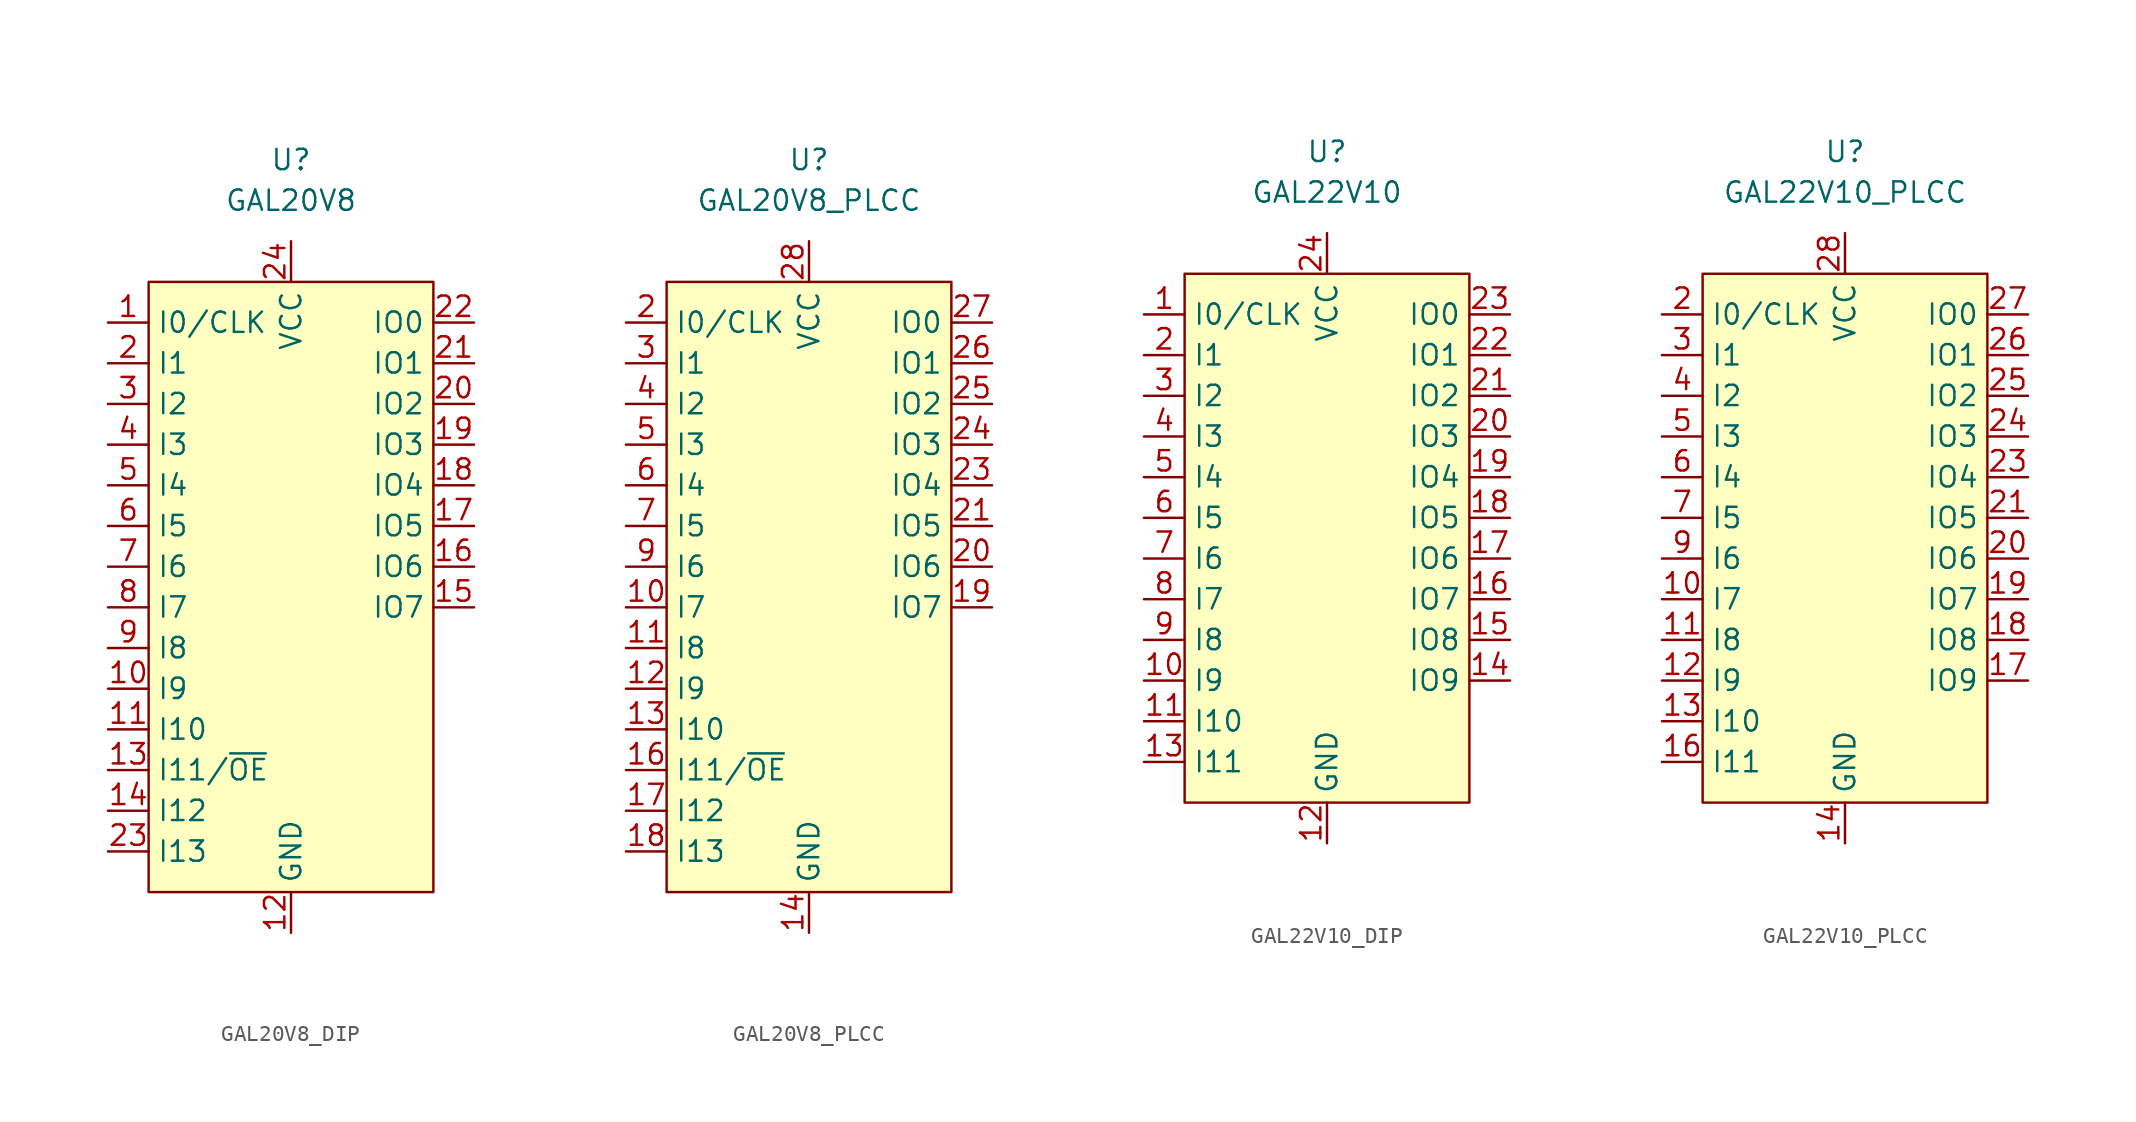
<source format=kicad_sym>
(kicad_symbol_lib
  (version 20220914)
  (generator kicad_symbol_editor)
  (symbol "GAL20V8_DIP"
    (property "Reference" "U"
      (at 0 26.67 0)
      (effects (font (size 1.27 1.27))))
    (property "Value" "GAL20V8"
      (at 0 24.13 0)
      (effects (font (size 1.27 1.27))))
    (symbol "GAL20V8_DIP_1_1"
      (rectangle (start -8.89 19.05) (end 8.89 -19.05) (stroke (width 0) (type default)) (fill (type background)))
      (pin input line (at -11.43 16.51 0) (length 2.54) (name "I0/CLK" (effects (font (size 1.27 1.27)))) (number "1" (effects (font (size 1.27 1.27)))))
      (pin input line (at -11.43 -6.35 0) (length 2.54) (name "I9" (effects (font (size 1.27 1.27)))) (number "10" (effects (font (size 1.27 1.27)))))
      (pin input line (at -11.43 -8.89 0) (length 2.54) (name "I10" (effects (font (size 1.27 1.27)))) (number "11" (effects (font (size 1.27 1.27)))))
      (pin power_in line (at 0 -21.59 90) (length 2.54) (name "GND" (effects (font (size 1.27 1.27)))) (number "12" (effects (font (size 1.27 1.27)))))
      (pin input line (at -11.43 -11.43 0) (length 2.54) (name "I11/~{OE}" (effects (font (size 1.27 1.27)))) (number "13" (effects (font (size 1.27 1.27)))))
      (pin input line (at -11.43 -13.97 0) (length 2.54) (name "I12" (effects (font (size 1.27 1.27)))) (number "14" (effects (font (size 1.27 1.27)))))
      (pin bidirectional line (at 11.43 -1.27 180) (length 2.54) (name "IO7" (effects (font (size 1.27 1.27)))) (number "15" (effects (font (size 1.27 1.27)))))
      (pin bidirectional line (at 11.43 1.27 180) (length 2.54) (name "IO6" (effects (font (size 1.27 1.27)))) (number "16" (effects (font (size 1.27 1.27)))))
      (pin bidirectional line (at 11.43 3.81 180) (length 2.54) (name "IO5" (effects (font (size 1.27 1.27)))) (number "17" (effects (font (size 1.27 1.27)))))
      (pin bidirectional line (at 11.43 6.35 180) (length 2.54) (name "IO4" (effects (font (size 1.27 1.27)))) (number "18" (effects (font (size 1.27 1.27)))))
      (pin bidirectional line (at 11.43 8.89 180) (length 2.54) (name "IO3" (effects (font (size 1.27 1.27)))) (number "19" (effects (font (size 1.27 1.27)))))
      (pin input line (at -11.43 13.97 0) (length 2.54) (name "I1" (effects (font (size 1.27 1.27)))) (number "2" (effects (font (size 1.27 1.27)))))
      (pin bidirectional line (at 11.43 11.43 180) (length 2.54) (name "IO2" (effects (font (size 1.27 1.27)))) (number "20" (effects (font (size 1.27 1.27)))))
      (pin bidirectional line (at 11.43 13.97 180) (length 2.54) (name "IO1" (effects (font (size 1.27 1.27)))) (number "21" (effects (font (size 1.27 1.27)))))
      (pin bidirectional line (at 11.43 16.51 180) (length 2.54) (name "IO0" (effects (font (size 1.27 1.27)))) (number "22" (effects (font (size 1.27 1.27)))))
      (pin input line (at -11.43 -16.51 0) (length 2.54) (name "I13" (effects (font (size 1.27 1.27)))) (number "23" (effects (font (size 1.27 1.27)))))
      (pin power_in line (at 0 21.59 270) (length 2.54) (name "VCC" (effects (font (size 1.27 1.27)))) (number "24" (effects (font (size 1.27 1.27)))))
      (pin input line (at -11.43 11.43 0) (length 2.54) (name "I2" (effects (font (size 1.27 1.27)))) (number "3" (effects (font (size 1.27 1.27)))))
      (pin input line (at -11.43 8.89 0) (length 2.54) (name "I3" (effects (font (size 1.27 1.27)))) (number "4" (effects (font (size 1.27 1.27)))))
      (pin input line (at -11.43 6.35 0) (length 2.54) (name "I4" (effects (font (size 1.27 1.27)))) (number "5" (effects (font (size 1.27 1.27)))))
      (pin input line (at -11.43 3.81 0) (length 2.54) (name "I5" (effects (font (size 1.27 1.27)))) (number "6" (effects (font (size 1.27 1.27)))))
      (pin input line (at -11.43 1.27 0) (length 2.54) (name "I6" (effects (font (size 1.27 1.27)))) (number "7" (effects (font (size 1.27 1.27)))))
      (pin input line (at -11.43 -1.27 0) (length 2.54) (name "I7" (effects (font (size 1.27 1.27)))) (number "8" (effects (font (size 1.27 1.27)))))
      (pin input line (at -11.43 -3.81 0) (length 2.54) (name "I8" (effects (font (size 1.27 1.27)))) (number "9" (effects (font (size 1.27 1.27)))))))
  (symbol "GAL20V8_PLCC"
    (property "Reference" "U"
      (at 0 26.67 0)
      (effects (font (size 1.27 1.27))))
    (property "Value" "GAL20V8_PLCC"
      (at 0 24.13 0)
      (effects (font (size 1.27 1.27))))
    (symbol "GAL20V8_PLCC_1_1"
      (rectangle (start -8.89 19.05) (end 8.89 -19.05) (stroke (width 0) (type default)) (fill (type background)))
      (pin input line (at -11.43 -1.27 0) (length 2.54) (name "I7" (effects (font (size 1.27 1.27)))) (number "10" (effects (font (size 1.27 1.27)))))
      (pin input line (at -11.43 -3.81 0) (length 2.54) (name "I8" (effects (font (size 1.27 1.27)))) (number "11" (effects (font (size 1.27 1.27)))))
      (pin input line (at -11.43 -6.35 0) (length 2.54) (name "I9" (effects (font (size 1.27 1.27)))) (number "12" (effects (font (size 1.27 1.27)))))
      (pin input line (at -11.43 -8.89 0) (length 2.54) (name "I10" (effects (font (size 1.27 1.27)))) (number "13" (effects (font (size 1.27 1.27)))))
      (pin power_in line (at 0 -21.59 90) (length 2.54) (name "GND" (effects (font (size 1.27 1.27)))) (number "14" (effects (font (size 1.27 1.27)))))
      (pin input line (at -11.43 -11.43 0) (length 2.54) (name "I11/~{OE}" (effects (font (size 1.27 1.27)))) (number "16" (effects (font (size 1.27 1.27)))))
      (pin input line (at -11.43 -13.97 0) (length 2.54) (name "I12" (effects (font (size 1.27 1.27)))) (number "17" (effects (font (size 1.27 1.27)))))
      (pin input line (at -11.43 -16.51 0) (length 2.54) (name "I13" (effects (font (size 1.27 1.27)))) (number "18" (effects (font (size 1.27 1.27)))))
      (pin bidirectional line (at 11.43 -1.27 180) (length 2.54) (name "IO7" (effects (font (size 1.27 1.27)))) (number "19" (effects (font (size 1.27 1.27)))))
      (pin input line (at -11.43 16.51 0) (length 2.54) (name "I0/CLK" (effects (font (size 1.27 1.27)))) (number "2" (effects (font (size 1.27 1.27)))))
      (pin bidirectional line (at 11.43 1.27 180) (length 2.54) (name "IO6" (effects (font (size 1.27 1.27)))) (number "20" (effects (font (size 1.27 1.27)))))
      (pin bidirectional line (at 11.43 3.81 180) (length 2.54) (name "IO5" (effects (font (size 1.27 1.27)))) (number "21" (effects (font (size 1.27 1.27)))))
      (pin bidirectional line (at 11.43 6.35 180) (length 2.54) (name "IO4" (effects (font (size 1.27 1.27)))) (number "23" (effects (font (size 1.27 1.27)))))
      (pin bidirectional line (at 11.43 8.89 180) (length 2.54) (name "IO3" (effects (font (size 1.27 1.27)))) (number "24" (effects (font (size 1.27 1.27)))))
      (pin bidirectional line (at 11.43 11.43 180) (length 2.54) (name "IO2" (effects (font (size 1.27 1.27)))) (number "25" (effects (font (size 1.27 1.27)))))
      (pin bidirectional line (at 11.43 13.97 180) (length 2.54) (name "IO1" (effects (font (size 1.27 1.27)))) (number "26" (effects (font (size 1.27 1.27)))))
      (pin bidirectional line (at 11.43 16.51 180) (length 2.54) (name "IO0" (effects (font (size 1.27 1.27)))) (number "27" (effects (font (size 1.27 1.27)))))
      (pin power_in line (at 0 21.59 270) (length 2.54) (name "VCC" (effects (font (size 1.27 1.27)))) (number "28" (effects (font (size 1.27 1.27)))))
      (pin input line (at -11.43 13.97 0) (length 2.54) (name "I1" (effects (font (size 1.27 1.27)))) (number "3" (effects (font (size 1.27 1.27)))))
      (pin input line (at -11.43 11.43 0) (length 2.54) (name "I2" (effects (font (size 1.27 1.27)))) (number "4" (effects (font (size 1.27 1.27)))))
      (pin input line (at -11.43 8.89 0) (length 2.54) (name "I3" (effects (font (size 1.27 1.27)))) (number "5" (effects (font (size 1.27 1.27)))))
      (pin input line (at -11.43 6.35 0) (length 2.54) (name "I4" (effects (font (size 1.27 1.27)))) (number "6" (effects (font (size 1.27 1.27)))))
      (pin input line (at -11.43 3.81 0) (length 2.54) (name "I5" (effects (font (size 1.27 1.27)))) (number "7" (effects (font (size 1.27 1.27)))))
      (pin input line (at -11.43 1.27 0) (length 2.54) (name "I6" (effects (font (size 1.27 1.27)))) (number "9" (effects (font (size 1.27 1.27)))))))
  (symbol "GAL22V10_DIP"
    (property "Reference" "U"
      (at 0 24.13 0)
      (effects (font (size 1.27 1.27))))
    (property "Value" "GAL22V10"
      (at 0 21.59 0)
      (effects (font (size 1.27 1.27))))
    (symbol "GAL22V10_DIP_1_1"
      (rectangle (start -8.89 16.51) (end 8.89 -16.51) (stroke (width 0) (type default)) (fill (type background)))
      (pin input line (at -11.43 13.97 0) (length 2.54) (name "I0/CLK" (effects (font (size 1.27 1.27)))) (number "1" (effects (font (size 1.27 1.27)))))
      (pin input line (at -11.43 -8.89 0) (length 2.54) (name "I9" (effects (font (size 1.27 1.27)))) (number "10" (effects (font (size 1.27 1.27)))))
      (pin input line (at -11.43 -11.43 0) (length 2.54) (name "I10" (effects (font (size 1.27 1.27)))) (number "11" (effects (font (size 1.27 1.27)))))
      (pin power_in line (at 0 -19.05 90) (length 2.54) (name "GND" (effects (font (size 1.27 1.27)))) (number "12" (effects (font (size 1.27 1.27)))))
      (pin input line (at -11.43 -13.97 0) (length 2.54) (name "I11" (effects (font (size 1.27 1.27)))) (number "13" (effects (font (size 1.27 1.27)))))
      (pin bidirectional line (at 11.43 -8.89 180) (length 2.54) (name "IO9" (effects (font (size 1.27 1.27)))) (number "14" (effects (font (size 1.27 1.27)))))
      (pin bidirectional line (at 11.43 -6.35 180) (length 2.54) (name "IO8" (effects (font (size 1.27 1.27)))) (number "15" (effects (font (size 1.27 1.27)))))
      (pin bidirectional line (at 11.43 -3.81 180) (length 2.54) (name "IO7" (effects (font (size 1.27 1.27)))) (number "16" (effects (font (size 1.27 1.27)))))
      (pin bidirectional line (at 11.43 -1.27 180) (length 2.54) (name "IO6" (effects (font (size 1.27 1.27)))) (number "17" (effects (font (size 1.27 1.27)))))
      (pin bidirectional line (at 11.43 1.27 180) (length 2.54) (name "IO5" (effects (font (size 1.27 1.27)))) (number "18" (effects (font (size 1.27 1.27)))))
      (pin bidirectional line (at 11.43 3.81 180) (length 2.54) (name "IO4" (effects (font (size 1.27 1.27)))) (number "19" (effects (font (size 1.27 1.27)))))
      (pin input line (at -11.43 11.43 0) (length 2.54) (name "I1" (effects (font (size 1.27 1.27)))) (number "2" (effects (font (size 1.27 1.27)))))
      (pin bidirectional line (at 11.43 6.35 180) (length 2.54) (name "IO3" (effects (font (size 1.27 1.27)))) (number "20" (effects (font (size 1.27 1.27)))))
      (pin bidirectional line (at 11.43 8.89 180) (length 2.54) (name "IO2" (effects (font (size 1.27 1.27)))) (number "21" (effects (font (size 1.27 1.27)))))
      (pin bidirectional line (at 11.43 11.43 180) (length 2.54) (name "IO1" (effects (font (size 1.27 1.27)))) (number "22" (effects (font (size 1.27 1.27)))))
      (pin bidirectional line (at 11.43 13.97 180) (length 2.54) (name "IO0" (effects (font (size 1.27 1.27)))) (number "23" (effects (font (size 1.27 1.27)))))
      (pin power_in line (at 0 19.05 270) (length 2.54) (name "VCC" (effects (font (size 1.27 1.27)))) (number "24" (effects (font (size 1.27 1.27)))))
      (pin input line (at -11.43 8.89 0) (length 2.54) (name "I2" (effects (font (size 1.27 1.27)))) (number "3" (effects (font (size 1.27 1.27)))))
      (pin input line (at -11.43 6.35 0) (length 2.54) (name "I3" (effects (font (size 1.27 1.27)))) (number "4" (effects (font (size 1.27 1.27)))))
      (pin input line (at -11.43 3.81 0) (length 2.54) (name "I4" (effects (font (size 1.27 1.27)))) (number "5" (effects (font (size 1.27 1.27)))))
      (pin input line (at -11.43 1.27 0) (length 2.54) (name "I5" (effects (font (size 1.27 1.27)))) (number "6" (effects (font (size 1.27 1.27)))))
      (pin input line (at -11.43 -1.27 0) (length 2.54) (name "I6" (effects (font (size 1.27 1.27)))) (number "7" (effects (font (size 1.27 1.27)))))
      (pin input line (at -11.43 -3.81 0) (length 2.54) (name "I7" (effects (font (size 1.27 1.27)))) (number "8" (effects (font (size 1.27 1.27)))))
      (pin input line (at -11.43 -6.35 0) (length 2.54) (name "I8" (effects (font (size 1.27 1.27)))) (number "9" (effects (font (size 1.27 1.27)))))))
  (symbol "GAL22V10_PLCC"
    (property "Reference" "U"
      (at 0 24.13 0)
      (effects (font (size 1.27 1.27))))
    (property "Value" "GAL22V10_PLCC"
      (at 0 21.59 0)
      (effects (font (size 1.27 1.27))))
    (symbol "GAL22V10_PLCC_1_1"
      (rectangle (start -8.89 16.51) (end 8.89 -16.51) (stroke (width 0) (type default)) (fill (type background)))
      (pin input line (at -11.43 -3.81 0) (length 2.54) (name "I7" (effects (font (size 1.27 1.27)))) (number "10" (effects (font (size 1.27 1.27)))))
      (pin input line (at -11.43 -6.35 0) (length 2.54) (name "I8" (effects (font (size 1.27 1.27)))) (number "11" (effects (font (size 1.27 1.27)))))
      (pin input line (at -11.43 -8.89 0) (length 2.54) (name "I9" (effects (font (size 1.27 1.27)))) (number "12" (effects (font (size 1.27 1.27)))))
      (pin input line (at -11.43 -11.43 0) (length 2.54) (name "I10" (effects (font (size 1.27 1.27)))) (number "13" (effects (font (size 1.27 1.27)))))
      (pin power_in line (at 0 -19.05 90) (length 2.54) (name "GND" (effects (font (size 1.27 1.27)))) (number "14" (effects (font (size 1.27 1.27)))))
      (pin input line (at -11.43 -13.97 0) (length 2.54) (name "I11" (effects (font (size 1.27 1.27)))) (number "16" (effects (font (size 1.27 1.27)))))
      (pin bidirectional line (at 11.43 -8.89 180) (length 2.54) (name "IO9" (effects (font (size 1.27 1.27)))) (number "17" (effects (font (size 1.27 1.27)))))
      (pin bidirectional line (at 11.43 -6.35 180) (length 2.54) (name "IO8" (effects (font (size 1.27 1.27)))) (number "18" (effects (font (size 1.27 1.27)))))
      (pin bidirectional line (at 11.43 -3.81 180) (length 2.54) (name "IO7" (effects (font (size 1.27 1.27)))) (number "19" (effects (font (size 1.27 1.27)))))
      (pin input line (at -11.43 13.97 0) (length 2.54) (name "I0/CLK" (effects (font (size 1.27 1.27)))) (number "2" (effects (font (size 1.27 1.27)))))
      (pin bidirectional line (at 11.43 -1.27 180) (length 2.54) (name "IO6" (effects (font (size 1.27 1.27)))) (number "20" (effects (font (size 1.27 1.27)))))
      (pin bidirectional line (at 11.43 1.27 180) (length 2.54) (name "IO5" (effects (font (size 1.27 1.27)))) (number "21" (effects (font (size 1.27 1.27)))))
      (pin bidirectional line (at 11.43 3.81 180) (length 2.54) (name "IO4" (effects (font (size 1.27 1.27)))) (number "23" (effects (font (size 1.27 1.27)))))
      (pin bidirectional line (at 11.43 6.35 180) (length 2.54) (name "IO3" (effects (font (size 1.27 1.27)))) (number "24" (effects (font (size 1.27 1.27)))))
      (pin bidirectional line (at 11.43 8.89 180) (length 2.54) (name "IO2" (effects (font (size 1.27 1.27)))) (number "25" (effects (font (size 1.27 1.27)))))
      (pin bidirectional line (at 11.43 11.43 180) (length 2.54) (name "IO1" (effects (font (size 1.27 1.27)))) (number "26" (effects (font (size 1.27 1.27)))))
      (pin bidirectional line (at 11.43 13.97 180) (length 2.54) (name "IO0" (effects (font (size 1.27 1.27)))) (number "27" (effects (font (size 1.27 1.27)))))
      (pin power_in line (at 0 19.05 270) (length 2.54) (name "VCC" (effects (font (size 1.27 1.27)))) (number "28" (effects (font (size 1.27 1.27)))))
      (pin input line (at -11.43 11.43 0) (length 2.54) (name "I1" (effects (font (size 1.27 1.27)))) (number "3" (effects (font (size 1.27 1.27)))))
      (pin input line (at -11.43 8.89 0) (length 2.54) (name "I2" (effects (font (size 1.27 1.27)))) (number "4" (effects (font (size 1.27 1.27)))))
      (pin input line (at -11.43 6.35 0) (length 2.54) (name "I3" (effects (font (size 1.27 1.27)))) (number "5" (effects (font (size 1.27 1.27)))))
      (pin input line (at -11.43 3.81 0) (length 2.54) (name "I4" (effects (font (size 1.27 1.27)))) (number "6" (effects (font (size 1.27 1.27)))))
      (pin input line (at -11.43 1.27 0) (length 2.54) (name "I5" (effects (font (size 1.27 1.27)))) (number "7" (effects (font (size 1.27 1.27)))))
      (pin input line (at -11.43 -1.27 0) (length 2.54) (name "I6" (effects (font (size 1.27 1.27)))) (number "9" (effects (font (size 1.27 1.27))))))))
</source>
